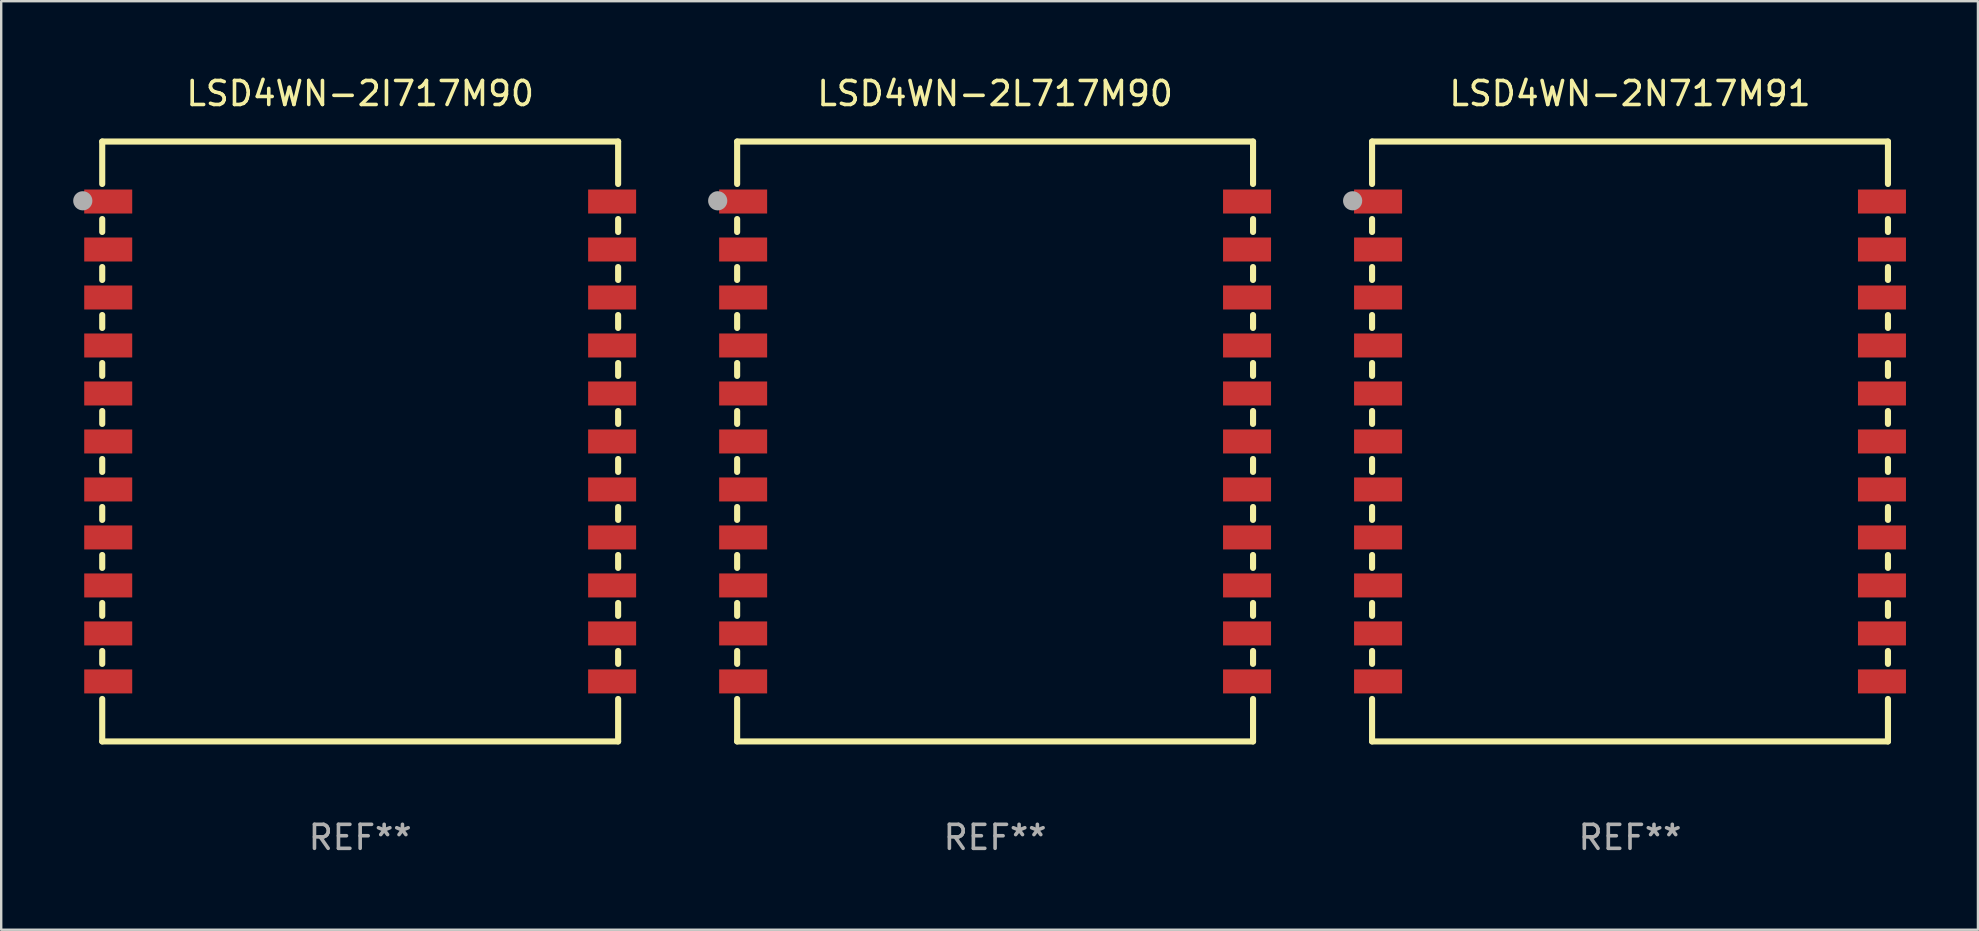
<source format=kicad_pcb>
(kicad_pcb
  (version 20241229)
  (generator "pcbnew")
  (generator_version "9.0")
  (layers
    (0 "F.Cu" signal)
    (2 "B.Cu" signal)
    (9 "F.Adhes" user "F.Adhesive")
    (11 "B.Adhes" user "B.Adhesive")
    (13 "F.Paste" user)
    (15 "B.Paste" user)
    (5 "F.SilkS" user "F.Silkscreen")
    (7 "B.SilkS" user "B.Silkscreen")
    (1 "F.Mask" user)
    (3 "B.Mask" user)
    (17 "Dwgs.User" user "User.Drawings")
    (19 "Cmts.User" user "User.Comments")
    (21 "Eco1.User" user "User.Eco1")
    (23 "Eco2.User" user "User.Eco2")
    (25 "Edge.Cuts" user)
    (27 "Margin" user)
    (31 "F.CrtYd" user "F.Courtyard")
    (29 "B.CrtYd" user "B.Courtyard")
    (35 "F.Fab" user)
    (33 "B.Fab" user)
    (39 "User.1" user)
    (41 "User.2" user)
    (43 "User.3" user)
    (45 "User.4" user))
  (footprint "LSD4WN-2I717M90"
    (layer "F.Cu")
    (at 11.96 15.348)
    (property "Reference" "LSD4WN-2I717M90" (at 0 -14.5 0) (layer "F.SilkS") (effects (font (size 1 1) (thickness 0.15))))
    (attr through_hole)
    (fp_line (start -10.75 -12.5) (end 10.75 -12.5) (stroke (width 0.254) (type solid)) (layer "F.SilkS"))
    (fp_line (start -10.75 -10.731) (end -10.75 -12.5) (stroke (width 0.254) (type solid)) (layer "F.SilkS"))
    (fp_line (start -10.75 -8.731) (end -10.75 -9.269) (stroke (width 0.254) (type solid)) (layer "F.SilkS"))
    (fp_line (start -10.75 -6.731) (end -10.75 -7.269) (stroke (width 0.254) (type solid)) (layer "F.SilkS"))
    (fp_line (start -10.75 -4.731) (end -10.75 -5.269) (stroke (width 0.254) (type solid)) (layer "F.SilkS"))
    (fp_line (start -10.75 -2.731) (end -10.75 -3.269) (stroke (width 0.254) (type solid)) (layer "F.SilkS"))
    (fp_line (start -10.75 -0.731) (end -10.75 -1.269) (stroke (width 0.254) (type solid)) (layer "F.SilkS"))
    (fp_line (start -10.75 1.269) (end -10.75 0.731) (stroke (width 0.254) (type solid)) (layer "F.SilkS"))
    (fp_line (start -10.75 3.269) (end -10.75 2.731) (stroke (width 0.254) (type solid)) (layer "F.SilkS"))
    (fp_line (start -10.75 5.269) (end -10.75 4.731) (stroke (width 0.254) (type solid)) (layer "F.SilkS"))
    (fp_line (start -10.75 7.269) (end -10.75 6.731) (stroke (width 0.254) (type solid)) (layer "F.SilkS"))
    (fp_line (start -10.75 9.269) (end -10.75 8.731) (stroke (width 0.254) (type solid)) (layer "F.SilkS"))
    (fp_line (start -10.75 12.5) (end -10.75 10.731) (stroke (width 0.254) (type solid)) (layer "F.SilkS"))
    (fp_line (start -10.75 12.5) (end 10.75 12.5) (stroke (width 0.254) (type solid)) (layer "F.SilkS"))
    (fp_line (start 10.75 -12.5) (end 10.75 -10.731) (stroke (width 0.254) (type solid)) (layer "F.SilkS"))
    (fp_line (start 10.75 -9.269) (end 10.75 -8.731) (stroke (width 0.254) (type solid)) (layer "F.SilkS"))
    (fp_line (start 10.75 -7.269) (end 10.75 -6.731) (stroke (width 0.254) (type solid)) (layer "F.SilkS"))
    (fp_line (start 10.75 -5.269) (end 10.75 -4.731) (stroke (width 0.254) (type solid)) (layer "F.SilkS"))
    (fp_line (start 10.75 -3.269) (end 10.75 -2.731) (stroke (width 0.254) (type solid)) (layer "F.SilkS"))
    (fp_line (start 10.75 -1.269) (end 10.75 -0.731) (stroke (width 0.254) (type solid)) (layer "F.SilkS"))
    (fp_line (start 10.75 0.731) (end 10.75 1.269) (stroke (width 0.254) (type solid)) (layer "F.SilkS"))
    (fp_line (start 10.75 2.731) (end 10.75 3.269) (stroke (width 0.254) (type solid)) (layer "F.SilkS"))
    (fp_line (start 10.75 4.731) (end 10.75 5.269) (stroke (width 0.254) (type solid)) (layer "F.SilkS"))
    (fp_line (start 10.75 6.731) (end 10.75 7.269) (stroke (width 0.254) (type solid)) (layer "F.SilkS"))
    (fp_line (start 10.75 8.731) (end 10.75 9.269) (stroke (width 0.254) (type solid)) (layer "F.SilkS"))
    (fp_line (start 10.75 10.731) (end 10.75 12.5) (stroke (width 0.254) (type solid)) (layer "F.SilkS"))
    (fp_circle (center -10.75 -12.5) (end -10.72 -12.5) (stroke (width 0.06) (type solid)) (fill no) (layer "F.SilkS"))
    (fp_circle (center -11.56 -10.03) (end -11.36 -10.03) (stroke (width 0.4) (type solid)) (fill no) (layer "F.Fab"))
    (fp_text user "REF**" (at 0 16.5 0) (layer "F.Fab") (effects (font (size 1 1) (thickness 0.15))))
    (pad "1" smd rect (at -10.5 -10) (size 2 1) (layers "F.Cu" "F.Mask" "F.Paste"))
    (pad "2" smd rect (at -10.5 -8) (size 2 1) (layers "F.Cu" "F.Mask" "F.Paste"))
    (pad "3" smd rect (at -10.5 -6) (size 2 1) (layers "F.Cu" "F.Mask" "F.Paste"))
    (pad "4" smd rect (at -10.5 -4) (size 2 1) (layers "F.Cu" "F.Mask" "F.Paste"))
    (pad "5" smd rect (at -10.5 -2) (size 2 1) (layers "F.Cu" "F.Mask" "F.Paste"))
    (pad "6" smd rect (at -10.5 -0.000025) (size 2 1) (layers "F.Cu" "F.Mask" "F.Paste"))
    (pad "7" smd rect (at -10.5 2) (size 2 1) (layers "F.Cu" "F.Mask" "F.Paste"))
    (pad "8" smd rect (at -10.5 4) (size 2 1) (layers "F.Cu" "F.Mask" "F.Paste"))
    (pad "9" smd rect (at -10.5 6) (size 2 1) (layers "F.Cu" "F.Mask" "F.Paste"))
    (pad "10" smd rect (at -10.5 8) (size 2 1) (layers "F.Cu" "F.Mask" "F.Paste"))
    (pad "11" smd rect (at -10.5 10) (size 2 1) (layers "F.Cu" "F.Mask" "F.Paste"))
    (pad "12" smd rect (at 10.5 10) (size 2 1) (layers "F.Cu" "F.Mask" "F.Paste"))
    (pad "13" smd rect (at 10.5 8) (size 2 1) (layers "F.Cu" "F.Mask" "F.Paste"))
    (pad "14" smd rect (at 10.5 6) (size 2 1) (layers "F.Cu" "F.Mask" "F.Paste"))
    (pad "15" smd rect (at 10.5 4) (size 2 1) (layers "F.Cu" "F.Mask" "F.Paste"))
    (pad "16" smd rect (at 10.5 2) (size 2 1) (layers "F.Cu" "F.Mask" "F.Paste"))
    (pad "17" smd rect (at 10.5 -0.000025) (size 2 1) (layers "F.Cu" "F.Mask" "F.Paste"))
    (pad "18" smd rect (at 10.5 -2) (size 2 1) (layers "F.Cu" "F.Mask" "F.Paste"))
    (pad "19" smd rect (at 10.5 -4) (size 2 1) (layers "F.Cu" "F.Mask" "F.Paste"))
    (pad "20" smd rect (at 10.5 -6) (size 2 1) (layers "F.Cu" "F.Mask" "F.Paste"))
    (pad "21" smd rect (at 10.5 -8) (size 2 1) (layers "F.Cu" "F.Mask" "F.Paste"))
    (pad "22" smd rect (at 10.5 -10) (size 2 1) (layers "F.Cu" "F.Mask" "F.Paste")))
  (footprint "LSD4WN-2N717M91"
    (layer "F.Cu")
    (at 64.88 15.348)
    (property "Reference" "LSD4WN-2N717M91" (at 0 -14.5 0) (layer "F.SilkS") (effects (font (size 1 1) (thickness 0.15))))
    (attr through_hole)
    (fp_line (start -10.75 -12.5) (end 10.75 -12.5) (stroke (width 0.254) (type solid)) (layer "F.SilkS"))
    (fp_line (start -10.75 -10.731) (end -10.75 -12.5) (stroke (width 0.254) (type solid)) (layer "F.SilkS"))
    (fp_line (start -10.75 -8.731) (end -10.75 -9.269) (stroke (width 0.254) (type solid)) (layer "F.SilkS"))
    (fp_line (start -10.75 -6.731) (end -10.75 -7.269) (stroke (width 0.254) (type solid)) (layer "F.SilkS"))
    (fp_line (start -10.75 -4.731) (end -10.75 -5.269) (stroke (width 0.254) (type solid)) (layer "F.SilkS"))
    (fp_line (start -10.75 -2.731) (end -10.75 -3.269) (stroke (width 0.254) (type solid)) (layer "F.SilkS"))
    (fp_line (start -10.75 -0.731) (end -10.75 -1.269) (stroke (width 0.254) (type solid)) (layer "F.SilkS"))
    (fp_line (start -10.75 1.269) (end -10.75 0.731) (stroke (width 0.254) (type solid)) (layer "F.SilkS"))
    (fp_line (start -10.75 3.269) (end -10.75 2.731) (stroke (width 0.254) (type solid)) (layer "F.SilkS"))
    (fp_line (start -10.75 5.269) (end -10.75 4.731) (stroke (width 0.254) (type solid)) (layer "F.SilkS"))
    (fp_line (start -10.75 7.269) (end -10.75 6.731) (stroke (width 0.254) (type solid)) (layer "F.SilkS"))
    (fp_line (start -10.75 9.269) (end -10.75 8.731) (stroke (width 0.254) (type solid)) (layer "F.SilkS"))
    (fp_line (start -10.75 12.5) (end -10.75 10.731) (stroke (width 0.254) (type solid)) (layer "F.SilkS"))
    (fp_line (start -10.75 12.5) (end 10.75 12.5) (stroke (width 0.254) (type solid)) (layer "F.SilkS"))
    (fp_line (start 10.75 -12.5) (end 10.75 -10.731) (stroke (width 0.254) (type solid)) (layer "F.SilkS"))
    (fp_line (start 10.75 -9.269) (end 10.75 -8.731) (stroke (width 0.254) (type solid)) (layer "F.SilkS"))
    (fp_line (start 10.75 -7.269) (end 10.75 -6.731) (stroke (width 0.254) (type solid)) (layer "F.SilkS"))
    (fp_line (start 10.75 -5.269) (end 10.75 -4.731) (stroke (width 0.254) (type solid)) (layer "F.SilkS"))
    (fp_line (start 10.75 -3.269) (end 10.75 -2.731) (stroke (width 0.254) (type solid)) (layer "F.SilkS"))
    (fp_line (start 10.75 -1.269) (end 10.75 -0.731) (stroke (width 0.254) (type solid)) (layer "F.SilkS"))
    (fp_line (start 10.75 0.731) (end 10.75 1.269) (stroke (width 0.254) (type solid)) (layer "F.SilkS"))
    (fp_line (start 10.75 2.731) (end 10.75 3.269) (stroke (width 0.254) (type solid)) (layer "F.SilkS"))
    (fp_line (start 10.75 4.731) (end 10.75 5.269) (stroke (width 0.254) (type solid)) (layer "F.SilkS"))
    (fp_line (start 10.75 6.731) (end 10.75 7.269) (stroke (width 0.254) (type solid)) (layer "F.SilkS"))
    (fp_line (start 10.75 8.731) (end 10.75 9.269) (stroke (width 0.254) (type solid)) (layer "F.SilkS"))
    (fp_line (start 10.75 10.731) (end 10.75 12.5) (stroke (width 0.254) (type solid)) (layer "F.SilkS"))
    (fp_circle (center -10.75 -12.5) (end -10.72 -12.5) (stroke (width 0.06) (type solid)) (fill no) (layer "F.SilkS"))
    (fp_circle (center -11.56 -10.03) (end -11.36 -10.03) (stroke (width 0.4) (type solid)) (fill no) (layer "F.Fab"))
    (fp_text user "REF**" (at 0 16.5 0) (layer "F.Fab") (effects (font (size 1 1) (thickness 0.15))))
    (pad "1" smd rect (at -10.5 -10) (size 2 1) (layers "F.Cu" "F.Mask" "F.Paste"))
    (pad "2" smd rect (at -10.5 -8) (size 2 1) (layers "F.Cu" "F.Mask" "F.Paste"))
    (pad "3" smd rect (at -10.5 -6) (size 2 1) (layers "F.Cu" "F.Mask" "F.Paste"))
    (pad "4" smd rect (at -10.5 -4) (size 2 1) (layers "F.Cu" "F.Mask" "F.Paste"))
    (pad "5" smd rect (at -10.5 -2) (size 2 1) (layers "F.Cu" "F.Mask" "F.Paste"))
    (pad "6" smd rect (at -10.5 -0.000025) (size 2 1) (layers "F.Cu" "F.Mask" "F.Paste"))
    (pad "7" smd rect (at -10.5 2) (size 2 1) (layers "F.Cu" "F.Mask" "F.Paste"))
    (pad "8" smd rect (at -10.5 4) (size 2 1) (layers "F.Cu" "F.Mask" "F.Paste"))
    (pad "9" smd rect (at -10.5 6) (size 2 1) (layers "F.Cu" "F.Mask" "F.Paste"))
    (pad "10" smd rect (at -10.5 8) (size 2 1) (layers "F.Cu" "F.Mask" "F.Paste"))
    (pad "11" smd rect (at -10.5 10) (size 2 1) (layers "F.Cu" "F.Mask" "F.Paste"))
    (pad "12" smd rect (at 10.5 10) (size 2 1) (layers "F.Cu" "F.Mask" "F.Paste"))
    (pad "13" smd rect (at 10.5 8) (size 2 1) (layers "F.Cu" "F.Mask" "F.Paste"))
    (pad "14" smd rect (at 10.5 6) (size 2 1) (layers "F.Cu" "F.Mask" "F.Paste"))
    (pad "15" smd rect (at 10.5 4) (size 2 1) (layers "F.Cu" "F.Mask" "F.Paste"))
    (pad "16" smd rect (at 10.5 2) (size 2 1) (layers "F.Cu" "F.Mask" "F.Paste"))
    (pad "17" smd rect (at 10.5 -0.000025) (size 2 1) (layers "F.Cu" "F.Mask" "F.Paste"))
    (pad "18" smd rect (at 10.5 -2) (size 2 1) (layers "F.Cu" "F.Mask" "F.Paste"))
    (pad "19" smd rect (at 10.5 -4) (size 2 1) (layers "F.Cu" "F.Mask" "F.Paste"))
    (pad "20" smd rect (at 10.5 -6) (size 2 1) (layers "F.Cu" "F.Mask" "F.Paste"))
    (pad "21" smd rect (at 10.5 -8) (size 2 1) (layers "F.Cu" "F.Mask" "F.Paste"))
    (pad "22" smd rect (at 10.5 -10) (size 2 1) (layers "F.Cu" "F.Mask" "F.Paste")))
  (footprint "LSD4WN-2L717M90"
    (layer "F.Cu")
    (at 38.42 15.348)
    (property "Reference" "LSD4WN-2L717M90" (at 0 -14.5 0) (layer "F.SilkS") (effects (font (size 1 1) (thickness 0.15))))
    (attr through_hole)
    (fp_line (start -10.75 -12.5) (end 10.75 -12.5) (stroke (width 0.254) (type solid)) (layer "F.SilkS"))
    (fp_line (start -10.75 -10.731) (end -10.75 -12.5) (stroke (width 0.254) (type solid)) (layer "F.SilkS"))
    (fp_line (start -10.75 -8.731) (end -10.75 -9.269) (stroke (width 0.254) (type solid)) (layer "F.SilkS"))
    (fp_line (start -10.75 -6.731) (end -10.75 -7.269) (stroke (width 0.254) (type solid)) (layer "F.SilkS"))
    (fp_line (start -10.75 -4.731) (end -10.75 -5.269) (stroke (width 0.254) (type solid)) (layer "F.SilkS"))
    (fp_line (start -10.75 -2.731) (end -10.75 -3.269) (stroke (width 0.254) (type solid)) (layer "F.SilkS"))
    (fp_line (start -10.75 -0.731) (end -10.75 -1.269) (stroke (width 0.254) (type solid)) (layer "F.SilkS"))
    (fp_line (start -10.75 1.269) (end -10.75 0.731) (stroke (width 0.254) (type solid)) (layer "F.SilkS"))
    (fp_line (start -10.75 3.269) (end -10.75 2.731) (stroke (width 0.254) (type solid)) (layer "F.SilkS"))
    (fp_line (start -10.75 5.269) (end -10.75 4.731) (stroke (width 0.254) (type solid)) (layer "F.SilkS"))
    (fp_line (start -10.75 7.269) (end -10.75 6.731) (stroke (width 0.254) (type solid)) (layer "F.SilkS"))
    (fp_line (start -10.75 9.269) (end -10.75 8.731) (stroke (width 0.254) (type solid)) (layer "F.SilkS"))
    (fp_line (start -10.75 12.5) (end -10.75 10.731) (stroke (width 0.254) (type solid)) (layer "F.SilkS"))
    (fp_line (start -10.75 12.5) (end 10.75 12.5) (stroke (width 0.254) (type solid)) (layer "F.SilkS"))
    (fp_line (start 10.75 -12.5) (end 10.75 -10.731) (stroke (width 0.254) (type solid)) (layer "F.SilkS"))
    (fp_line (start 10.75 -9.269) (end 10.75 -8.731) (stroke (width 0.254) (type solid)) (layer "F.SilkS"))
    (fp_line (start 10.75 -7.269) (end 10.75 -6.731) (stroke (width 0.254) (type solid)) (layer "F.SilkS"))
    (fp_line (start 10.75 -5.269) (end 10.75 -4.731) (stroke (width 0.254) (type solid)) (layer "F.SilkS"))
    (fp_line (start 10.75 -3.269) (end 10.75 -2.731) (stroke (width 0.254) (type solid)) (layer "F.SilkS"))
    (fp_line (start 10.75 -1.269) (end 10.75 -0.731) (stroke (width 0.254) (type solid)) (layer "F.SilkS"))
    (fp_line (start 10.75 0.731) (end 10.75 1.269) (stroke (width 0.254) (type solid)) (layer "F.SilkS"))
    (fp_line (start 10.75 2.731) (end 10.75 3.269) (stroke (width 0.254) (type solid)) (layer "F.SilkS"))
    (fp_line (start 10.75 4.731) (end 10.75 5.269) (stroke (width 0.254) (type solid)) (layer "F.SilkS"))
    (fp_line (start 10.75 6.731) (end 10.75 7.269) (stroke (width 0.254) (type solid)) (layer "F.SilkS"))
    (fp_line (start 10.75 8.731) (end 10.75 9.269) (stroke (width 0.254) (type solid)) (layer "F.SilkS"))
    (fp_line (start 10.75 10.731) (end 10.75 12.5) (stroke (width 0.254) (type solid)) (layer "F.SilkS"))
    (fp_circle (center -10.75 -12.5) (end -10.72 -12.5) (stroke (width 0.06) (type solid)) (fill no) (layer "F.SilkS"))
    (fp_circle (center -11.56 -10.03) (end -11.36 -10.03) (stroke (width 0.4) (type solid)) (fill no) (layer "F.Fab"))
    (fp_text user "REF**" (at 0 16.5 0) (layer "F.Fab") (effects (font (size 1 1) (thickness 0.15))))
    (pad "1" smd rect (at -10.5 -10) (size 2 1) (layers "F.Cu" "F.Mask" "F.Paste"))
    (pad "2" smd rect (at -10.5 -8) (size 2 1) (layers "F.Cu" "F.Mask" "F.Paste"))
    (pad "3" smd rect (at -10.5 -6) (size 2 1) (layers "F.Cu" "F.Mask" "F.Paste"))
    (pad "4" smd rect (at -10.5 -4) (size 2 1) (layers "F.Cu" "F.Mask" "F.Paste"))
    (pad "5" smd rect (at -10.5 -2) (size 2 1) (layers "F.Cu" "F.Mask" "F.Paste"))
    (pad "6" smd rect (at -10.5 -0.000025) (size 2 1) (layers "F.Cu" "F.Mask" "F.Paste"))
    (pad "7" smd rect (at -10.5 2) (size 2 1) (layers "F.Cu" "F.Mask" "F.Paste"))
    (pad "8" smd rect (at -10.5 4) (size 2 1) (layers "F.Cu" "F.Mask" "F.Paste"))
    (pad "9" smd rect (at -10.5 6) (size 2 1) (layers "F.Cu" "F.Mask" "F.Paste"))
    (pad "10" smd rect (at -10.5 8) (size 2 1) (layers "F.Cu" "F.Mask" "F.Paste"))
    (pad "11" smd rect (at -10.5 10) (size 2 1) (layers "F.Cu" "F.Mask" "F.Paste"))
    (pad "12" smd rect (at 10.5 10) (size 2 1) (layers "F.Cu" "F.Mask" "F.Paste"))
    (pad "13" smd rect (at 10.5 8) (size 2 1) (layers "F.Cu" "F.Mask" "F.Paste"))
    (pad "14" smd rect (at 10.5 6) (size 2 1) (layers "F.Cu" "F.Mask" "F.Paste"))
    (pad "15" smd rect (at 10.5 4) (size 2 1) (layers "F.Cu" "F.Mask" "F.Paste"))
    (pad "16" smd rect (at 10.5 2) (size 2 1) (layers "F.Cu" "F.Mask" "F.Paste"))
    (pad "17" smd rect (at 10.5 -0.000025) (size 2 1) (layers "F.Cu" "F.Mask" "F.Paste"))
    (pad "18" smd rect (at 10.5 -2) (size 2 1) (layers "F.Cu" "F.Mask" "F.Paste"))
    (pad "19" smd rect (at 10.5 -4) (size 2 1) (layers "F.Cu" "F.Mask" "F.Paste"))
    (pad "20" smd rect (at 10.5 -6) (size 2 1) (layers "F.Cu" "F.Mask" "F.Paste"))
    (pad "21" smd rect (at 10.5 -8) (size 2 1) (layers "F.Cu" "F.Mask" "F.Paste"))
    (pad "22" smd rect (at 10.5 -10) (size 2 1) (layers "F.Cu" "F.Mask" "F.Paste")))
  (gr_rect
    (start -3 -3)
    (end 79.38 35.697)
    (stroke (width 0.1) (type default))
    (fill no)
    (layer "Edge.Cuts")))
</source>
